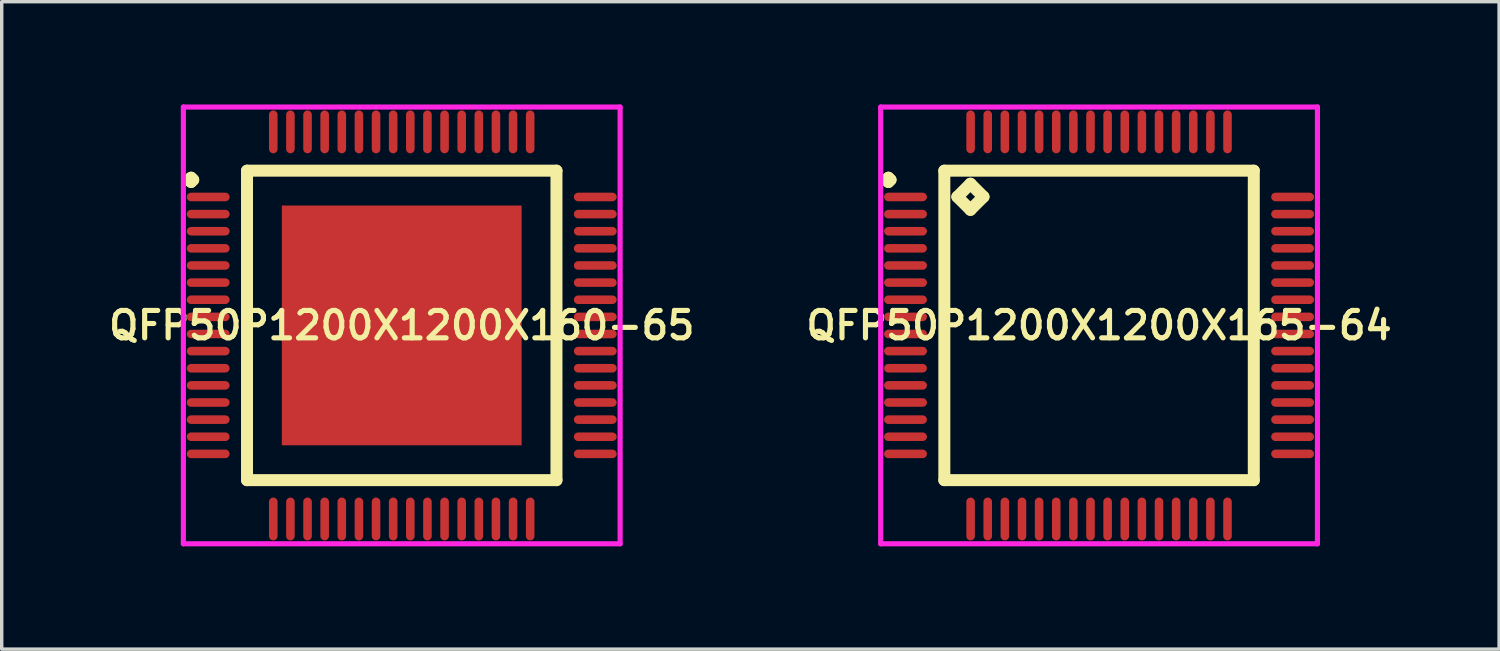
<source format=kicad_pcb>
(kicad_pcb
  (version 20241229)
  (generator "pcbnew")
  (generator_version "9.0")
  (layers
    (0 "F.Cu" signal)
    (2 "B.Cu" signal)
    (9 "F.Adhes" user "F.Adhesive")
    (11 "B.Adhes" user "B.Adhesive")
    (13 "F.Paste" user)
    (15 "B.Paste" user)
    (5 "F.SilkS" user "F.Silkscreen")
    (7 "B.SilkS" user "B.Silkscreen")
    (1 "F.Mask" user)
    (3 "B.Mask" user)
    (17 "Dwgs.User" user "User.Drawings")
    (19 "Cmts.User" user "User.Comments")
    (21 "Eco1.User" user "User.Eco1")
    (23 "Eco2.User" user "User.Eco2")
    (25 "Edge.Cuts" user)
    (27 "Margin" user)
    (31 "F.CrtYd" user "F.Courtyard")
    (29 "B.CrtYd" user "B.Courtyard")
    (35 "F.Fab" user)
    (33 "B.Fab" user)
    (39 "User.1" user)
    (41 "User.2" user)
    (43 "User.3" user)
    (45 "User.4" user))
  (footprint "QFP50P1200X1200X165-64"
    (layer "F.Cu")
    (at 29.035 6.45)
    (property "Reference" "QFP50P1200X1200X165-64" (at 0 0 0) (layer "F.SilkS") (effects (font (size 0.8 0.8) (thickness 0.15))))
    (attr through_hole)
    (fp_line (start -6.213 -4.25) (end -6.15 -4.312) (stroke (width 0.35) (type solid)) (layer "F.SilkS"))
    (fp_line (start -6.15 -4.312) (end -6.088 -4.25) (stroke (width 0.35) (type solid)) (layer "F.SilkS"))
    (fp_line (start -6.15 -4.188) (end -6.213 -4.25) (stroke (width 0.35) (type solid)) (layer "F.SilkS"))
    (fp_line (start -6.088 -4.25) (end -6.15 -4.188) (stroke (width 0.35) (type solid)) (layer "F.SilkS"))
    (fp_line (start -4.517 -4.517) (end -4.517 4.517) (stroke (width 0.35) (type solid)) (layer "F.SilkS"))
    (fp_line (start -4.517 4.517) (end 4.517 4.517) (stroke (width 0.35) (type solid)) (layer "F.SilkS"))
    (fp_line (start -4.136 -3.755) (end -3.755 -4.136) (stroke (width 0.35) (type solid)) (layer "F.SilkS"))
    (fp_line (start -3.755 -4.136) (end -3.374 -3.755) (stroke (width 0.35) (type solid)) (layer "F.SilkS"))
    (fp_line (start -3.755 -3.374) (end -4.136 -3.755) (stroke (width 0.35) (type solid)) (layer "F.SilkS"))
    (fp_line (start -3.374 -3.755) (end -3.755 -3.374) (stroke (width 0.35) (type solid)) (layer "F.SilkS"))
    (fp_line (start 4.517 -4.517) (end -4.517 -4.517) (stroke (width 0.35) (type solid)) (layer "F.SilkS"))
    (fp_line (start 4.517 4.517) (end 4.517 -4.517) (stroke (width 0.35) (type solid)) (layer "F.SilkS"))
    (fp_line (start -6.375 -6.375) (end 6.375 -6.375) (stroke (width 0.15) (type solid)) (layer "F.CrtYd"))
    (fp_line (start -6.375 6.375) (end -6.375 -6.375) (stroke (width 0.15) (type solid)) (layer "F.CrtYd"))
    (fp_line (start 6.375 -6.375) (end 6.375 6.375) (stroke (width 0.15) (type solid)) (layer "F.CrtYd"))
    (fp_line (start 6.375 6.375) (end -6.375 6.375) (stroke (width 0.15) (type solid)) (layer "F.CrtYd"))
    (pad "1" smd oval (at -5.65 -3.75) (size 1.25 0.25) (layers "F.Cu" "F.Mask" "F.Paste"))
    (pad "2" smd oval (at -5.65 -3.25) (size 1.25 0.25) (layers "F.Cu" "F.Mask" "F.Paste"))
    (pad "3" smd oval (at -5.65 -2.75) (size 1.25 0.25) (layers "F.Cu" "F.Mask" "F.Paste"))
    (pad "4" smd oval (at -5.65 -2.25) (size 1.25 0.25) (layers "F.Cu" "F.Mask" "F.Paste"))
    (pad "5" smd oval (at -5.65 -1.75) (size 1.25 0.25) (layers "F.Cu" "F.Mask" "F.Paste"))
    (pad "6" smd oval (at -5.65 -1.25) (size 1.25 0.25) (layers "F.Cu" "F.Mask" "F.Paste"))
    (pad "7" smd oval (at -5.65 -0.75) (size 1.25 0.25) (layers "F.Cu" "F.Mask" "F.Paste"))
    (pad "8" smd oval (at -5.65 -0.25) (size 1.25 0.25) (layers "F.Cu" "F.Mask" "F.Paste"))
    (pad "9" smd oval (at -5.65 0.25) (size 1.25 0.25) (layers "F.Cu" "F.Mask" "F.Paste"))
    (pad "10" smd oval (at -5.65 0.75) (size 1.25 0.25) (layers "F.Cu" "F.Mask" "F.Paste"))
    (pad "11" smd oval (at -5.65 1.25) (size 1.25 0.25) (layers "F.Cu" "F.Mask" "F.Paste"))
    (pad "12" smd oval (at -5.65 1.75) (size 1.25 0.25) (layers "F.Cu" "F.Mask" "F.Paste"))
    (pad "13" smd oval (at -5.65 2.25) (size 1.25 0.25) (layers "F.Cu" "F.Mask" "F.Paste"))
    (pad "14" smd oval (at -5.65 2.75) (size 1.25 0.25) (layers "F.Cu" "F.Mask" "F.Paste"))
    (pad "15" smd oval (at -5.65 3.25) (size 1.25 0.25) (layers "F.Cu" "F.Mask" "F.Paste"))
    (pad "16" smd oval (at -5.65 3.75) (size 1.25 0.25) (layers "F.Cu" "F.Mask" "F.Paste"))
    (pad "17" smd oval (at -3.75 5.65) (size 0.25 1.25) (layers "F.Cu" "F.Mask" "F.Paste"))
    (pad "18" smd oval (at -3.25 5.65) (size 0.25 1.25) (layers "F.Cu" "F.Mask" "F.Paste"))
    (pad "19" smd oval (at -2.75 5.65) (size 0.25 1.25) (layers "F.Cu" "F.Mask" "F.Paste"))
    (pad "20" smd oval (at -2.25 5.65) (size 0.25 1.25) (layers "F.Cu" "F.Mask" "F.Paste"))
    (pad "21" smd oval (at -1.75 5.65) (size 0.25 1.25) (layers "F.Cu" "F.Mask" "F.Paste"))
    (pad "22" smd oval (at -1.25 5.65) (size 0.25 1.25) (layers "F.Cu" "F.Mask" "F.Paste"))
    (pad "23" smd oval (at -0.75 5.65) (size 0.25 1.25) (layers "F.Cu" "F.Mask" "F.Paste"))
    (pad "24" smd oval (at -0.25 5.65) (size 0.25 1.25) (layers "F.Cu" "F.Mask" "F.Paste"))
    (pad "25" smd oval (at 0.25 5.65) (size 0.25 1.25) (layers "F.Cu" "F.Mask" "F.Paste"))
    (pad "26" smd oval (at 0.75 5.65) (size 0.25 1.25) (layers "F.Cu" "F.Mask" "F.Paste"))
    (pad "27" smd oval (at 1.25 5.65) (size 0.25 1.25) (layers "F.Cu" "F.Mask" "F.Paste"))
    (pad "28" smd oval (at 1.75 5.65) (size 0.25 1.25) (layers "F.Cu" "F.Mask" "F.Paste"))
    (pad "29" smd oval (at 2.25 5.65) (size 0.25 1.25) (layers "F.Cu" "F.Mask" "F.Paste"))
    (pad "30" smd oval (at 2.75 5.65) (size 0.25 1.25) (layers "F.Cu" "F.Mask" "F.Paste"))
    (pad "31" smd oval (at 3.25 5.65) (size 0.25 1.25) (layers "F.Cu" "F.Mask" "F.Paste"))
    (pad "32" smd oval (at 3.75 5.65) (size 0.25 1.25) (layers "F.Cu" "F.Mask" "F.Paste"))
    (pad "33" smd oval (at 5.65 3.75) (size 1.25 0.25) (layers "F.Cu" "F.Mask" "F.Paste"))
    (pad "34" smd oval (at 5.65 3.25) (size 1.25 0.25) (layers "F.Cu" "F.Mask" "F.Paste"))
    (pad "35" smd oval (at 5.65 2.75) (size 1.25 0.25) (layers "F.Cu" "F.Mask" "F.Paste"))
    (pad "36" smd oval (at 5.65 2.25) (size 1.25 0.25) (layers "F.Cu" "F.Mask" "F.Paste"))
    (pad "37" smd oval (at 5.65 1.75) (size 1.25 0.25) (layers "F.Cu" "F.Mask" "F.Paste"))
    (pad "38" smd oval (at 5.65 1.25) (size 1.25 0.25) (layers "F.Cu" "F.Mask" "F.Paste"))
    (pad "39" smd oval (at 5.65 0.75) (size 1.25 0.25) (layers "F.Cu" "F.Mask" "F.Paste"))
    (pad "40" smd oval (at 5.65 0.25) (size 1.25 0.25) (layers "F.Cu" "F.Mask" "F.Paste"))
    (pad "41" smd oval (at 5.65 -0.25) (size 1.25 0.25) (layers "F.Cu" "F.Mask" "F.Paste"))
    (pad "42" smd oval (at 5.65 -0.75) (size 1.25 0.25) (layers "F.Cu" "F.Mask" "F.Paste"))
    (pad "43" smd oval (at 5.65 -1.25) (size 1.25 0.25) (layers "F.Cu" "F.Mask" "F.Paste"))
    (pad "44" smd oval (at 5.65 -1.75) (size 1.25 0.25) (layers "F.Cu" "F.Mask" "F.Paste"))
    (pad "45" smd oval (at 5.65 -2.25) (size 1.25 0.25) (layers "F.Cu" "F.Mask" "F.Paste"))
    (pad "46" smd oval (at 5.65 -2.75) (size 1.25 0.25) (layers "F.Cu" "F.Mask" "F.Paste"))
    (pad "47" smd oval (at 5.65 -3.25) (size 1.25 0.25) (layers "F.Cu" "F.Mask" "F.Paste"))
    (pad "48" smd oval (at 5.65 -3.75) (size 1.25 0.25) (layers "F.Cu" "F.Mask" "F.Paste"))
    (pad "49" smd oval (at 3.75 -5.65) (size 0.25 1.25) (layers "F.Cu" "F.Mask" "F.Paste"))
    (pad "50" smd oval (at 3.25 -5.65) (size 0.25 1.25) (layers "F.Cu" "F.Mask" "F.Paste"))
    (pad "51" smd oval (at 2.75 -5.65) (size 0.25 1.25) (layers "F.Cu" "F.Mask" "F.Paste"))
    (pad "52" smd oval (at 2.25 -5.65) (size 0.25 1.25) (layers "F.Cu" "F.Mask" "F.Paste"))
    (pad "53" smd oval (at 1.75 -5.65) (size 0.25 1.25) (layers "F.Cu" "F.Mask" "F.Paste"))
    (pad "54" smd oval (at 1.25 -5.65) (size 0.25 1.25) (layers "F.Cu" "F.Mask" "F.Paste"))
    (pad "55" smd oval (at 0.75 -5.65) (size 0.25 1.25) (layers "F.Cu" "F.Mask" "F.Paste"))
    (pad "56" smd oval (at 0.25 -5.65) (size 0.25 1.25) (layers "F.Cu" "F.Mask" "F.Paste"))
    (pad "57" smd oval (at -0.25 -5.65) (size 0.25 1.25) (layers "F.Cu" "F.Mask" "F.Paste"))
    (pad "58" smd oval (at -0.75 -5.65) (size 0.25 1.25) (layers "F.Cu" "F.Mask" "F.Paste"))
    (pad "59" smd oval (at -1.25 -5.65) (size 0.25 1.25) (layers "F.Cu" "F.Mask" "F.Paste"))
    (pad "60" smd oval (at -1.75 -5.65) (size 0.25 1.25) (layers "F.Cu" "F.Mask" "F.Paste"))
    (pad "61" smd oval (at -2.25 -5.65) (size 0.25 1.25) (layers "F.Cu" "F.Mask" "F.Paste"))
    (pad "62" smd oval (at -2.75 -5.65) (size 0.25 1.25) (layers "F.Cu" "F.Mask" "F.Paste"))
    (pad "63" smd oval (at -3.25 -5.65) (size 0.25 1.25) (layers "F.Cu" "F.Mask" "F.Paste"))
    (pad "64" smd oval (at -3.75 -5.65) (size 0.25 1.25) (layers "F.Cu" "F.Mask" "F.Paste")))
  (footprint "QFP50P1200X1200X160-65"
    (layer "F.Cu")
    (at 8.678 6.45)
    (property "Reference" "QFP50P1200X1200X160-65" (at 0 0 0) (layer "F.SilkS") (effects (font (size 0.8 0.8) (thickness 0.15))))
    (attr smd)
    (fp_line (start -6.213 -4.25) (end -6.15 -4.312) (stroke (width 0.35) (type solid)) (layer "F.SilkS"))
    (fp_line (start -6.15 -4.312) (end -6.088 -4.25) (stroke (width 0.35) (type solid)) (layer "F.SilkS"))
    (fp_line (start -6.15 -4.188) (end -6.213 -4.25) (stroke (width 0.35) (type solid)) (layer "F.SilkS"))
    (fp_line (start -6.088 -4.25) (end -6.15 -4.188) (stroke (width 0.35) (type solid)) (layer "F.SilkS"))
    (fp_line (start -4.517 -4.517) (end -4.517 4.517) (stroke (width 0.35) (type solid)) (layer "F.SilkS"))
    (fp_line (start -4.517 4.517) (end 4.517 4.517) (stroke (width 0.35) (type solid)) (layer "F.SilkS"))
    (fp_line (start 4.517 -4.517) (end -4.517 -4.517) (stroke (width 0.35) (type solid)) (layer "F.SilkS"))
    (fp_line (start 4.517 4.517) (end 4.517 -4.517) (stroke (width 0.35) (type solid)) (layer "F.SilkS"))
    (fp_line (start -6.375 -6.375) (end 6.375 -6.375) (stroke (width 0.15) (type solid)) (layer "F.CrtYd"))
    (fp_line (start -6.375 6.375) (end -6.375 -6.375) (stroke (width 0.15) (type solid)) (layer "F.CrtYd"))
    (fp_line (start 6.375 -6.375) (end 6.375 6.375) (stroke (width 0.15) (type solid)) (layer "F.CrtYd"))
    (fp_line (start 6.375 6.375) (end -6.375 6.375) (stroke (width 0.15) (type solid)) (layer "F.CrtYd"))
    (pad "1" smd oval (at -5.65 -3.75) (size 1.25 0.25) (layers "F.Cu" "F.Mask" "F.Paste"))
    (pad "2" smd oval (at -5.65 -3.25) (size 1.25 0.25) (layers "F.Cu" "F.Mask" "F.Paste"))
    (pad "3" smd oval (at -5.65 -2.75) (size 1.25 0.25) (layers "F.Cu" "F.Mask" "F.Paste"))
    (pad "4" smd oval (at -5.65 -2.25) (size 1.25 0.25) (layers "F.Cu" "F.Mask" "F.Paste"))
    (pad "5" smd oval (at -5.65 -1.75) (size 1.25 0.25) (layers "F.Cu" "F.Mask" "F.Paste"))
    (pad "6" smd oval (at -5.65 -1.25) (size 1.25 0.25) (layers "F.Cu" "F.Mask" "F.Paste"))
    (pad "7" smd oval (at -5.65 -0.75) (size 1.25 0.25) (layers "F.Cu" "F.Mask" "F.Paste"))
    (pad "8" smd oval (at -5.65 -0.25) (size 1.25 0.25) (layers "F.Cu" "F.Mask" "F.Paste"))
    (pad "9" smd oval (at -5.65 0.25) (size 1.25 0.25) (layers "F.Cu" "F.Mask" "F.Paste"))
    (pad "10" smd oval (at -5.65 0.75) (size 1.25 0.25) (layers "F.Cu" "F.Mask" "F.Paste"))
    (pad "11" smd oval (at -5.65 1.25) (size 1.25 0.25) (layers "F.Cu" "F.Mask" "F.Paste"))
    (pad "12" smd oval (at -5.65 1.75) (size 1.25 0.25) (layers "F.Cu" "F.Mask" "F.Paste"))
    (pad "13" smd oval (at -5.65 2.25) (size 1.25 0.25) (layers "F.Cu" "F.Mask" "F.Paste"))
    (pad "14" smd oval (at -5.65 2.75) (size 1.25 0.25) (layers "F.Cu" "F.Mask" "F.Paste"))
    (pad "15" smd oval (at -5.65 3.25) (size 1.25 0.25) (layers "F.Cu" "F.Mask" "F.Paste"))
    (pad "16" smd oval (at -5.65 3.75) (size 1.25 0.25) (layers "F.Cu" "F.Mask" "F.Paste"))
    (pad "17" smd oval (at -3.75 5.65) (size 0.25 1.25) (layers "F.Cu" "F.Mask" "F.Paste"))
    (pad "18" smd oval (at -3.25 5.65) (size 0.25 1.25) (layers "F.Cu" "F.Mask" "F.Paste"))
    (pad "19" smd oval (at -2.75 5.65) (size 0.25 1.25) (layers "F.Cu" "F.Mask" "F.Paste"))
    (pad "20" smd oval (at -2.25 5.65) (size 0.25 1.25) (layers "F.Cu" "F.Mask" "F.Paste"))
    (pad "21" smd oval (at -1.75 5.65) (size 0.25 1.25) (layers "F.Cu" "F.Mask" "F.Paste"))
    (pad "22" smd oval (at -1.25 5.65) (size 0.25 1.25) (layers "F.Cu" "F.Mask" "F.Paste"))
    (pad "23" smd oval (at -0.75 5.65) (size 0.25 1.25) (layers "F.Cu" "F.Mask" "F.Paste"))
    (pad "24" smd oval (at -0.25 5.65) (size 0.25 1.25) (layers "F.Cu" "F.Mask" "F.Paste"))
    (pad "25" smd oval (at 0.25 5.65) (size 0.25 1.25) (layers "F.Cu" "F.Mask" "F.Paste"))
    (pad "26" smd oval (at 0.75 5.65) (size 0.25 1.25) (layers "F.Cu" "F.Mask" "F.Paste"))
    (pad "27" smd oval (at 1.25 5.65) (size 0.25 1.25) (layers "F.Cu" "F.Mask" "F.Paste"))
    (pad "28" smd oval (at 1.75 5.65) (size 0.25 1.25) (layers "F.Cu" "F.Mask" "F.Paste"))
    (pad "29" smd oval (at 2.25 5.65) (size 0.25 1.25) (layers "F.Cu" "F.Mask" "F.Paste"))
    (pad "30" smd oval (at 2.75 5.65) (size 0.25 1.25) (layers "F.Cu" "F.Mask" "F.Paste"))
    (pad "31" smd oval (at 3.25 5.65) (size 0.25 1.25) (layers "F.Cu" "F.Mask" "F.Paste"))
    (pad "32" smd oval (at 3.75 5.65) (size 0.25 1.25) (layers "F.Cu" "F.Mask" "F.Paste"))
    (pad "33" smd oval (at 5.65 3.75) (size 1.25 0.25) (layers "F.Cu" "F.Mask" "F.Paste"))
    (pad "34" smd oval (at 5.65 3.25) (size 1.25 0.25) (layers "F.Cu" "F.Mask" "F.Paste"))
    (pad "35" smd oval (at 5.65 2.75) (size 1.25 0.25) (layers "F.Cu" "F.Mask" "F.Paste"))
    (pad "36" smd oval (at 5.65 2.25) (size 1.25 0.25) (layers "F.Cu" "F.Mask" "F.Paste"))
    (pad "37" smd oval (at 5.65 1.75) (size 1.25 0.25) (layers "F.Cu" "F.Mask" "F.Paste"))
    (pad "38" smd oval (at 5.65 1.25) (size 1.25 0.25) (layers "F.Cu" "F.Mask" "F.Paste"))
    (pad "39" smd oval (at 5.65 0.75) (size 1.25 0.25) (layers "F.Cu" "F.Mask" "F.Paste"))
    (pad "40" smd oval (at 5.65 0.25) (size 1.25 0.25) (layers "F.Cu" "F.Mask" "F.Paste"))
    (pad "41" smd oval (at 5.65 -0.25) (size 1.25 0.25) (layers "F.Cu" "F.Mask" "F.Paste"))
    (pad "42" smd oval (at 5.65 -0.75) (size 1.25 0.25) (layers "F.Cu" "F.Mask" "F.Paste"))
    (pad "43" smd oval (at 5.65 -1.25) (size 1.25 0.25) (layers "F.Cu" "F.Mask" "F.Paste"))
    (pad "44" smd oval (at 5.65 -1.75) (size 1.25 0.25) (layers "F.Cu" "F.Mask" "F.Paste"))
    (pad "45" smd oval (at 5.65 -2.25) (size 1.25 0.25) (layers "F.Cu" "F.Mask" "F.Paste"))
    (pad "46" smd oval (at 5.65 -2.75) (size 1.25 0.25) (layers "F.Cu" "F.Mask" "F.Paste"))
    (pad "47" smd oval (at 5.65 -3.25) (size 1.25 0.25) (layers "F.Cu" "F.Mask" "F.Paste"))
    (pad "48" smd oval (at 5.65 -3.75) (size 1.25 0.25) (layers "F.Cu" "F.Mask" "F.Paste"))
    (pad "49" smd oval (at 3.75 -5.65) (size 0.25 1.25) (layers "F.Cu" "F.Mask" "F.Paste"))
    (pad "50" smd oval (at 3.25 -5.65) (size 0.25 1.25) (layers "F.Cu" "F.Mask" "F.Paste"))
    (pad "51" smd oval (at 2.75 -5.65) (size 0.25 1.25) (layers "F.Cu" "F.Mask" "F.Paste"))
    (pad "52" smd oval (at 2.25 -5.65) (size 0.25 1.25) (layers "F.Cu" "F.Mask" "F.Paste"))
    (pad "53" smd oval (at 1.75 -5.65) (size 0.25 1.25) (layers "F.Cu" "F.Mask" "F.Paste"))
    (pad "54" smd oval (at 1.25 -5.65) (size 0.25 1.25) (layers "F.Cu" "F.Mask" "F.Paste"))
    (pad "55" smd oval (at 0.75 -5.65) (size 0.25 1.25) (layers "F.Cu" "F.Mask" "F.Paste"))
    (pad "56" smd oval (at 0.25 -5.65) (size 0.25 1.25) (layers "F.Cu" "F.Mask" "F.Paste"))
    (pad "57" smd oval (at -0.25 -5.65) (size 0.25 1.25) (layers "F.Cu" "F.Mask" "F.Paste"))
    (pad "58" smd oval (at -0.75 -5.65) (size 0.25 1.25) (layers "F.Cu" "F.Mask" "F.Paste"))
    (pad "59" smd oval (at -1.25 -5.65) (size 0.25 1.25) (layers "F.Cu" "F.Mask" "F.Paste"))
    (pad "60" smd oval (at -1.75 -5.65) (size 0.25 1.25) (layers "F.Cu" "F.Mask" "F.Paste"))
    (pad "61" smd oval (at -2.25 -5.65) (size 0.25 1.25) (layers "F.Cu" "F.Mask" "F.Paste"))
    (pad "62" smd oval (at -2.75 -5.65) (size 0.25 1.25) (layers "F.Cu" "F.Mask" "F.Paste"))
    (pad "63" smd oval (at -3.25 -5.65) (size 0.25 1.25) (layers "F.Cu" "F.Mask" "F.Paste"))
    (pad "64" smd oval (at -3.75 -5.65) (size 0.25 1.25) (layers "F.Cu" "F.Mask" "F.Paste"))
    (pad "65" smd rect (at 0 0) (size 7 7) (layers "F.Cu" "F.Mask" "F.Paste")))
  (gr_rect
    (start -3 -3)
    (end 40.713 15.9)
    (stroke (width 0.1) (type default))
    (fill no)
    (layer "Edge.Cuts")))
</source>
